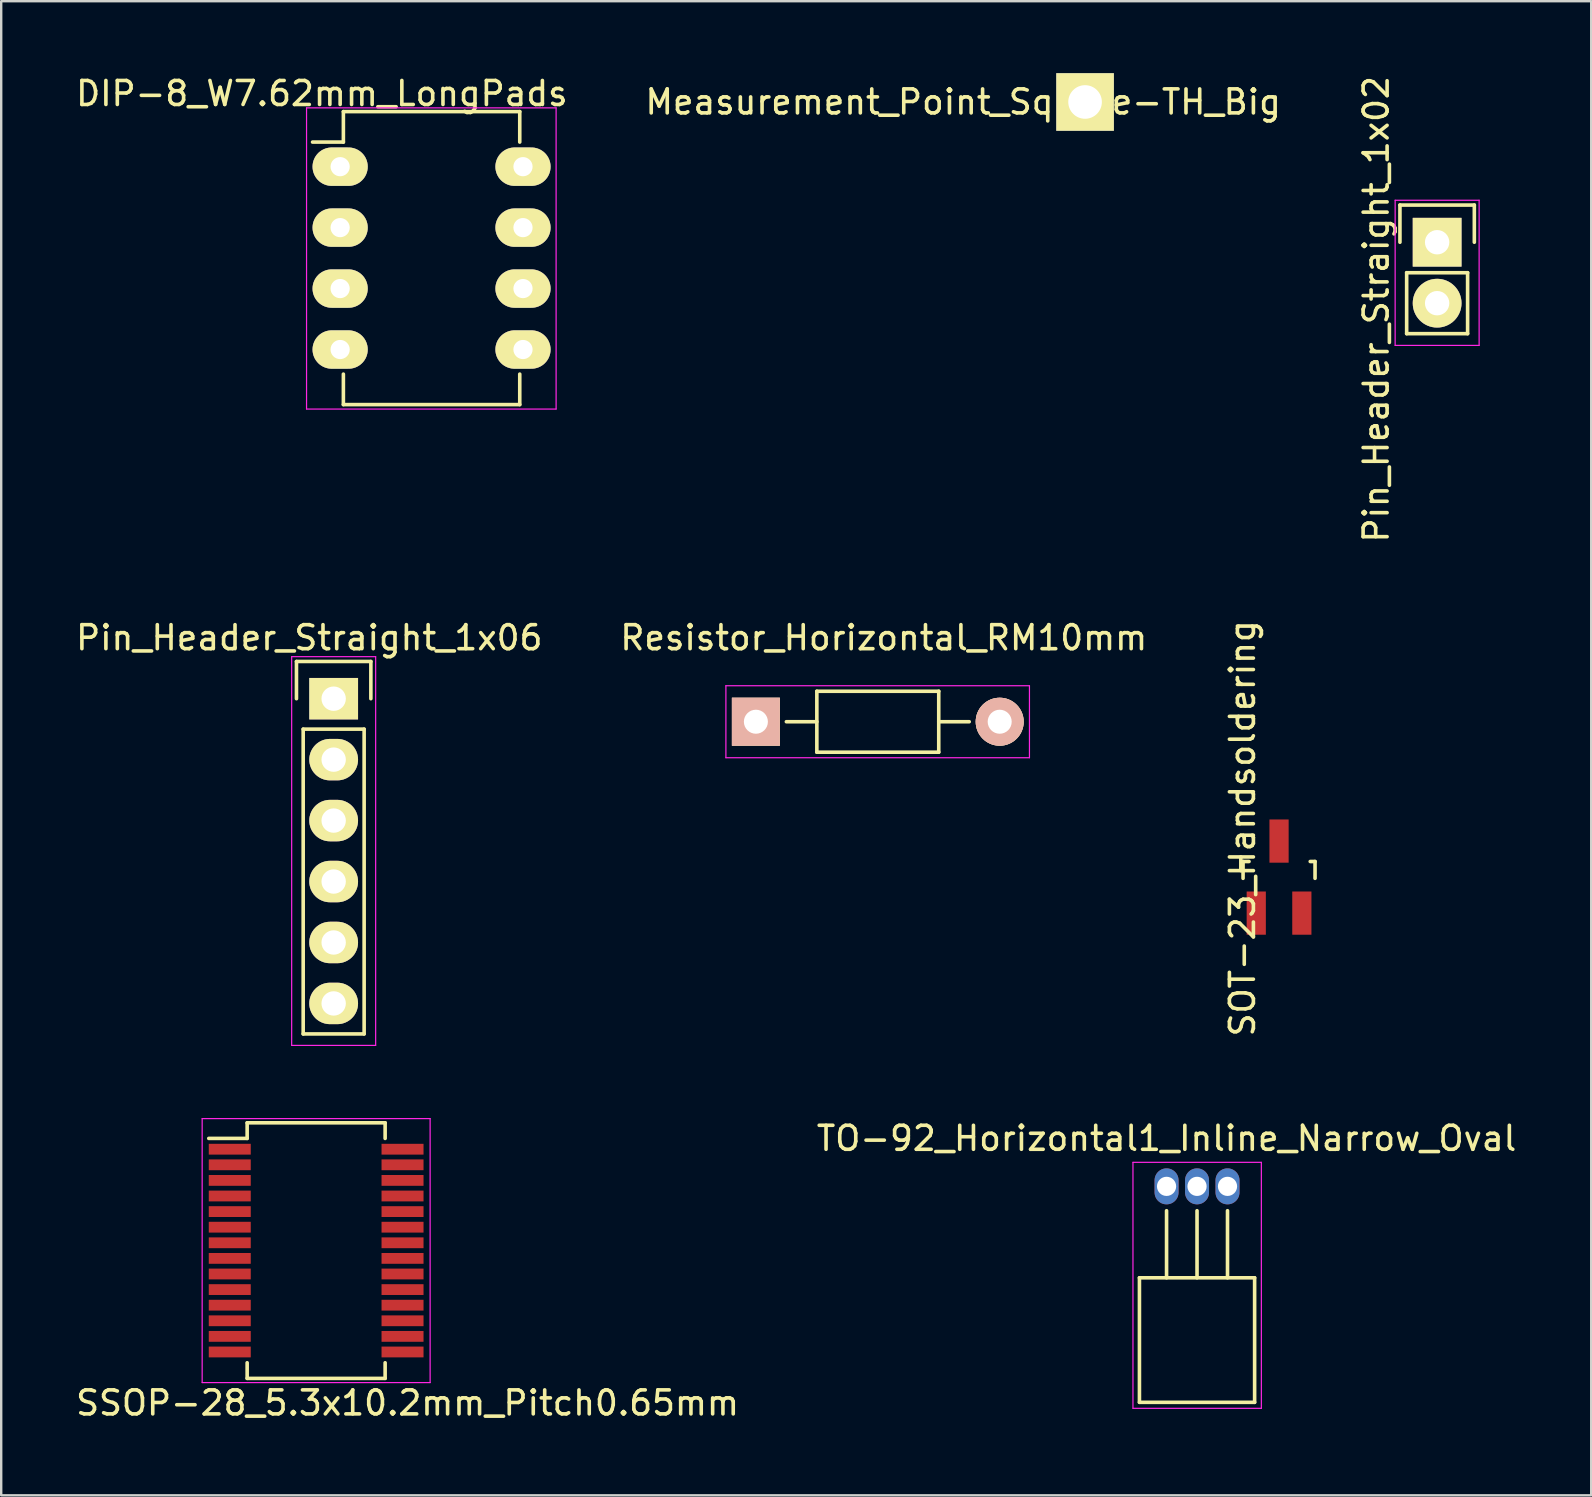
<source format=kicad_pcb>
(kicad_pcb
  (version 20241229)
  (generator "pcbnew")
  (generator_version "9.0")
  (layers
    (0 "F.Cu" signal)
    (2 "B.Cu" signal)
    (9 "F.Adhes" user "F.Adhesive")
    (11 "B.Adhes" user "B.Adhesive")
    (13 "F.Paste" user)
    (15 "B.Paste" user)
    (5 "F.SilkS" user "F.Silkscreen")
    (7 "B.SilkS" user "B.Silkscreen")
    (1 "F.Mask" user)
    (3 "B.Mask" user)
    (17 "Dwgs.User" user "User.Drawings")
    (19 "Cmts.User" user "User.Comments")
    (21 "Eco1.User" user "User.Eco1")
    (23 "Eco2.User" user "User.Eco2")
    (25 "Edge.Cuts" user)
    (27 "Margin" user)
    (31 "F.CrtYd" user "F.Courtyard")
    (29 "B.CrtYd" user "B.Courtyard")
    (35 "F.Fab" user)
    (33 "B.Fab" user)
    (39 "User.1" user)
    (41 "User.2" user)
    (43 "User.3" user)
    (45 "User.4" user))
  (footprint "Pin_Header_Straight_1x02"
    (layer "F.Cu")
    (at 56.841 7.045)
    (property "Reference" "Pin_Header_Straight_1x02" (at -2.54 2.794 90) (layer "F.SilkS") (effects (font (size 1 1) (thickness 0.15))))
    (attr through_hole)
    (fp_line (start -1.55 -1.55) (end 1.55 -1.55) (stroke (width 0.15) (type solid)) (layer "F.SilkS"))
    (fp_line (start -1.55 0) (end -1.55 -1.55) (stroke (width 0.15) (type solid)) (layer "F.SilkS"))
    (fp_line (start -1.27 1.27) (end -1.27 3.81) (stroke (width 0.15) (type solid)) (layer "F.SilkS"))
    (fp_line (start -1.27 3.81) (end 1.27 3.81) (stroke (width 0.15) (type solid)) (layer "F.SilkS"))
    (fp_line (start 1.27 1.27) (end -1.27 1.27) (stroke (width 0.15) (type solid)) (layer "F.SilkS"))
    (fp_line (start 1.27 1.27) (end 1.27 3.81) (stroke (width 0.15) (type solid)) (layer "F.SilkS"))
    (fp_line (start 1.55 -1.55) (end 1.55 0) (stroke (width 0.15) (type solid)) (layer "F.SilkS"))
    (fp_line (start -1.75 -1.75) (end -1.75 4.3) (stroke (width 0.05) (type solid)) (layer "F.CrtYd"))
    (fp_line (start -1.75 -1.75) (end 1.75 -1.75) (stroke (width 0.05) (type solid)) (layer "F.CrtYd"))
    (fp_line (start -1.75 4.3) (end 1.75 4.3) (stroke (width 0.05) (type solid)) (layer "F.CrtYd"))
    (fp_line (start 1.75 -1.75) (end 1.75 4.3) (stroke (width 0.05) (type solid)) (layer "F.CrtYd"))
    (pad "1" thru_hole rect (at 0 0) (size 2.032 2.032) (drill 1.016) (layers "*.Cu" "*.Mask" "F.SilkS"))
    (pad "2" thru_hole oval (at 0 2.54) (size 2.032 2.032) (drill 1.016) (layers "*.Cu" "*.Mask" "F.SilkS")))
  (footprint "DIP-8_W7.62mm_LongPads"
    (layer "F.Cu")
    (at 11.125 3.896)
    (property "Reference" "DIP-8_W7.62mm_LongPads" (at -0.762 -3.048 0) (layer "F.SilkS") (effects (font (size 1 1) (thickness 0.15))))
    (attr through_hole)
    (fp_line (start 0.135 -2.295) (end 0.135 -1.025) (stroke (width 0.15) (type solid)) (layer "F.SilkS"))
    (fp_line (start 0.135 -2.295) (end 7.485 -2.295) (stroke (width 0.15) (type solid)) (layer "F.SilkS"))
    (fp_line (start 0.135 -1.025) (end -1.15 -1.025) (stroke (width 0.15) (type solid)) (layer "F.SilkS"))
    (fp_line (start 0.135 9.915) (end 0.135 8.645) (stroke (width 0.15) (type solid)) (layer "F.SilkS"))
    (fp_line (start 0.135 9.915) (end 7.485 9.915) (stroke (width 0.15) (type solid)) (layer "F.SilkS"))
    (fp_line (start 7.485 -2.295) (end 7.485 -1.025) (stroke (width 0.15) (type solid)) (layer "F.SilkS"))
    (fp_line (start 7.485 9.915) (end 7.485 8.645) (stroke (width 0.15) (type solid)) (layer "F.SilkS"))
    (fp_line (start -1.4 -2.45) (end -1.4 10.1) (stroke (width 0.05) (type solid)) (layer "F.CrtYd"))
    (fp_line (start -1.4 -2.45) (end 9 -2.45) (stroke (width 0.05) (type solid)) (layer "F.CrtYd"))
    (fp_line (start -1.4 10.1) (end 9 10.1) (stroke (width 0.05) (type solid)) (layer "F.CrtYd"))
    (fp_line (start 9 -2.45) (end 9 10.1) (stroke (width 0.05) (type solid)) (layer "F.CrtYd"))
    (pad "1" thru_hole oval (at 0 0) (size 2.3 1.6) (drill 0.8) (layers "*.Cu" "*.Mask" "F.SilkS"))
    (pad "2" thru_hole oval (at 0 2.54) (size 2.3 1.6) (drill 0.8) (layers "*.Cu" "*.Mask" "F.SilkS"))
    (pad "3" thru_hole oval (at 0 5.08) (size 2.3 1.6) (drill 0.8) (layers "*.Cu" "*.Mask" "F.SilkS"))
    (pad "4" thru_hole oval (at 0 7.62) (size 2.3 1.6) (drill 0.8) (layers "*.Cu" "*.Mask" "F.SilkS"))
    (pad "5" thru_hole oval (at 7.62 7.62) (size 2.3 1.6) (drill 0.8) (layers "*.Cu" "*.Mask" "F.SilkS"))
    (pad "6" thru_hole oval (at 7.62 5.08) (size 2.3 1.6) (drill 0.8) (layers "*.Cu" "*.Mask" "F.SilkS"))
    (pad "7" thru_hole oval (at 7.62 2.54) (size 2.3 1.6) (drill 0.8) (layers "*.Cu" "*.Mask" "F.SilkS"))
    (pad "8" thru_hole oval (at 7.62 0) (size 2.3 1.6) (drill 0.8) (layers "*.Cu" "*.Mask" "F.SilkS")))
  (footprint "Measurement_Point_Square-TH_Big"
    (layer "F.Cu")
    (at 42.169 1.2)
    (property "Reference" "Measurement_Point_Square-TH_Big" (at -5.08 0 0) (layer "F.SilkS") (effects (font (size 1 1) (thickness 0.15))))
    (attr through_hole)
    (pad "1" thru_hole rect (at 0 0) (size 2.4 2.4) (drill 1.4) (layers "*.Cu" "*.Mask" "F.SilkS")))
  (footprint "Resistor_Horizontal_RM10mm"
    (layer "F.Cu")
    (at 28.451 27.027)
    (property "Reference" "Resistor_Horizontal_RM10mm" (at 5.329 -3.5 0) (layer "F.SilkS") (effects (font (size 1 1) (thickness 0.15))))
    (attr through_hole)
    (fp_line (start 2.54 -1.27) (end 7.62 -1.27) (stroke (width 0.15) (type solid)) (layer "F.SilkS"))
    (fp_line (start 2.54 0) (end 1.27 0) (stroke (width 0.15) (type solid)) (layer "F.SilkS"))
    (fp_line (start 2.54 1.27) (end 2.54 -1.27) (stroke (width 0.15) (type solid)) (layer "F.SilkS"))
    (fp_line (start 7.62 -1.27) (end 7.62 1.27) (stroke (width 0.15) (type solid)) (layer "F.SilkS"))
    (fp_line (start 7.62 0) (end 8.89 0) (stroke (width 0.15) (type solid)) (layer "F.SilkS"))
    (fp_line (start 7.62 1.27) (end 2.54 1.27) (stroke (width 0.15) (type solid)) (layer "F.SilkS"))
    (fp_line (start -1.25 -1.5) (end 11.4 -1.5) (stroke (width 0.05) (type solid)) (layer "F.CrtYd"))
    (fp_line (start -1.25 1.5) (end -1.25 -1.5) (stroke (width 0.05) (type solid)) (layer "F.CrtYd"))
    (fp_line (start -1.25 1.5) (end 11.4 1.5) (stroke (width 0.05) (type solid)) (layer "F.CrtYd"))
    (fp_line (start 11.4 -1.5) (end 11.4 1.5) (stroke (width 0.05) (type solid)) (layer "F.CrtYd"))
    (pad "1" thru_hole rect (at 0 0) (size 1.999 1.999) (drill 1.001) (layers "*.Cu" "*.SilkS" "*.Mask"))
    (pad "2" thru_hole circle (at 10.16 0) (size 1.999 1.999) (drill 1.001) (layers "*.Cu" "*.SilkS" "*.Mask")))
  (footprint "SSOP-28_5.3x10.2mm_Pitch0.65mm"
    (layer "F.Cu")
    (at 10.125 49.067)
    (property "Reference" "SSOP-28_5.3x10.2mm_Pitch0.65mm" (at 3.81 6.35 180) (layer "F.SilkS") (effects (font (size 1 1) (thickness 0.15))))
    (attr smd)
    (fp_line (start -2.875 -5.325) (end -2.875 -4.675) (stroke (width 0.15) (type solid)) (layer "F.SilkS"))
    (fp_line (start -2.875 -5.325) (end 2.875 -5.325) (stroke (width 0.15) (type solid)) (layer "F.SilkS"))
    (fp_line (start -2.875 -4.675) (end -4.475 -4.675) (stroke (width 0.15) (type solid)) (layer "F.SilkS"))
    (fp_line (start -2.875 5.325) (end -2.875 4.675) (stroke (width 0.15) (type solid)) (layer "F.SilkS"))
    (fp_line (start -2.875 5.325) (end 2.875 5.325) (stroke (width 0.15) (type solid)) (layer "F.SilkS"))
    (fp_line (start 2.875 -5.325) (end 2.875 -4.675) (stroke (width 0.15) (type solid)) (layer "F.SilkS"))
    (fp_line (start 2.875 5.325) (end 2.875 4.675) (stroke (width 0.15) (type solid)) (layer "F.SilkS"))
    (fp_line (start -4.75 -5.5) (end -4.75 5.5) (stroke (width 0.05) (type solid)) (layer "F.CrtYd"))
    (fp_line (start -4.75 -5.5) (end 4.75 -5.5) (stroke (width 0.05) (type solid)) (layer "F.CrtYd"))
    (fp_line (start -4.75 5.5) (end 4.75 5.5) (stroke (width 0.05) (type solid)) (layer "F.CrtYd"))
    (fp_line (start 4.75 -5.5) (end 4.75 5.5) (stroke (width 0.05) (type solid)) (layer "F.CrtYd"))
    (pad "1" smd rect (at -3.6 -4.225) (size 1.75 0.45) (layers "F.Cu" "F.Mask" "F.Paste"))
    (pad "2" smd rect (at -3.6 -3.575) (size 1.75 0.45) (layers "F.Cu" "F.Mask" "F.Paste"))
    (pad "3" smd rect (at -3.6 -2.925) (size 1.75 0.45) (layers "F.Cu" "F.Mask" "F.Paste"))
    (pad "4" smd rect (at -3.6 -2.275) (size 1.75 0.45) (layers "F.Cu" "F.Mask" "F.Paste"))
    (pad "5" smd rect (at -3.6 -1.625) (size 1.75 0.45) (layers "F.Cu" "F.Mask" "F.Paste"))
    (pad "6" smd rect (at -3.6 -0.975) (size 1.75 0.45) (layers "F.Cu" "F.Mask" "F.Paste"))
    (pad "7" smd rect (at -3.6 -0.325) (size 1.75 0.45) (layers "F.Cu" "F.Mask" "F.Paste"))
    (pad "8" smd rect (at -3.6 0.325) (size 1.75 0.45) (layers "F.Cu" "F.Mask" "F.Paste"))
    (pad "9" smd rect (at -3.6 0.975) (size 1.75 0.45) (layers "F.Cu" "F.Mask" "F.Paste"))
    (pad "10" smd rect (at -3.6 1.625) (size 1.75 0.45) (layers "F.Cu" "F.Mask" "F.Paste"))
    (pad "11" smd rect (at -3.6 2.275) (size 1.75 0.45) (layers "F.Cu" "F.Mask" "F.Paste"))
    (pad "12" smd rect (at -3.6 2.925) (size 1.75 0.45) (layers "F.Cu" "F.Mask" "F.Paste"))
    (pad "13" smd rect (at -3.6 3.575) (size 1.75 0.45) (layers "F.Cu" "F.Mask" "F.Paste"))
    (pad "14" smd rect (at -3.6 4.225) (size 1.75 0.45) (layers "F.Cu" "F.Mask" "F.Paste"))
    (pad "15" smd rect (at 3.6 4.225) (size 1.75 0.45) (layers "F.Cu" "F.Mask" "F.Paste"))
    (pad "16" smd rect (at 3.6 3.575) (size 1.75 0.45) (layers "F.Cu" "F.Mask" "F.Paste"))
    (pad "17" smd rect (at 3.6 2.925) (size 1.75 0.45) (layers "F.Cu" "F.Mask" "F.Paste"))
    (pad "18" smd rect (at 3.6 2.275) (size 1.75 0.45) (layers "F.Cu" "F.Mask" "F.Paste"))
    (pad "19" smd rect (at 3.6 1.625) (size 1.75 0.45) (layers "F.Cu" "F.Mask" "F.Paste"))
    (pad "20" smd rect (at 3.6 0.975) (size 1.75 0.45) (layers "F.Cu" "F.Mask" "F.Paste"))
    (pad "21" smd rect (at 3.6 0.325) (size 1.75 0.45) (layers "F.Cu" "F.Mask" "F.Paste"))
    (pad "22" smd rect (at 3.6 -0.325) (size 1.75 0.45) (layers "F.Cu" "F.Mask" "F.Paste"))
    (pad "23" smd rect (at 3.6 -0.975) (size 1.75 0.45) (layers "F.Cu" "F.Mask" "F.Paste"))
    (pad "24" smd rect (at 3.6 -1.625) (size 1.75 0.45) (layers "F.Cu" "F.Mask" "F.Paste"))
    (pad "25" smd rect (at 3.6 -2.275) (size 1.75 0.45) (layers "F.Cu" "F.Mask" "F.Paste"))
    (pad "26" smd rect (at 3.6 -2.925) (size 1.75 0.45) (layers "F.Cu" "F.Mask" "F.Paste"))
    (pad "27" smd rect (at 3.6 -3.575) (size 1.75 0.45) (layers "F.Cu" "F.Mask" "F.Paste"))
    (pad "28" smd rect (at 3.6 -4.225) (size 1.75 0.45) (layers "F.Cu" "F.Mask" "F.Paste")))
  (footprint "Pin_Header_Straight_1x06"
    (layer "F.Cu")
    (at 10.855 26.067)
    (property "Reference" "Pin_Header_Straight_1x06" (at -1.016 -2.54 0) (layer "F.SilkS") (effects (font (size 1 1) (thickness 0.15))))
    (attr through_hole)
    (fp_line (start -1.55 -1.55) (end 1.55 -1.55) (stroke (width 0.15) (type solid)) (layer "F.SilkS"))
    (fp_line (start -1.55 0) (end -1.55 -1.55) (stroke (width 0.15) (type solid)) (layer "F.SilkS"))
    (fp_line (start -1.27 13.97) (end -1.27 1.27) (stroke (width 0.15) (type solid)) (layer "F.SilkS"))
    (fp_line (start 1.27 1.27) (end -1.27 1.27) (stroke (width 0.15) (type solid)) (layer "F.SilkS"))
    (fp_line (start 1.27 1.27) (end 1.27 13.97) (stroke (width 0.15) (type solid)) (layer "F.SilkS"))
    (fp_line (start 1.27 13.97) (end -1.27 13.97) (stroke (width 0.15) (type solid)) (layer "F.SilkS"))
    (fp_line (start 1.55 -1.55) (end 1.55 0) (stroke (width 0.15) (type solid)) (layer "F.SilkS"))
    (fp_line (start -1.75 -1.75) (end -1.75 14.45) (stroke (width 0.05) (type solid)) (layer "F.CrtYd"))
    (fp_line (start -1.75 -1.75) (end 1.75 -1.75) (stroke (width 0.05) (type solid)) (layer "F.CrtYd"))
    (fp_line (start -1.75 14.45) (end 1.75 14.45) (stroke (width 0.05) (type solid)) (layer "F.CrtYd"))
    (fp_line (start 1.75 -1.75) (end 1.75 14.45) (stroke (width 0.05) (type solid)) (layer "F.CrtYd"))
    (pad "1" thru_hole rect (at 0 0) (size 2.032 1.727) (drill 1.016) (layers "*.Cu" "*.Mask" "F.SilkS"))
    (pad "2" thru_hole oval (at 0 2.54) (size 2.032 1.727) (drill 1.016) (layers "*.Cu" "*.Mask" "F.SilkS"))
    (pad "3" thru_hole oval (at 0 5.08) (size 2.032 1.727) (drill 1.016) (layers "*.Cu" "*.Mask" "F.SilkS"))
    (pad "4" thru_hole oval (at 0 7.62) (size 2.032 1.727) (drill 1.016) (layers "*.Cu" "*.Mask" "F.SilkS"))
    (pad "5" thru_hole oval (at 0 10.16) (size 2.032 1.727) (drill 1.016) (layers "*.Cu" "*.Mask" "F.SilkS"))
    (pad "6" thru_hole oval (at 0 12.7) (size 2.032 1.727) (drill 1.016) (layers "*.Cu" "*.Mask" "F.SilkS")))
  (footprint "TO-92_Horizontal1_Inline_Narrow_Oval"
    (layer "F.Cu")
    (at 45.565 46.39)
    (property "Reference" "TO-92_Horizontal1_Inline_Narrow_Oval" (at 0 -2 180) (layer "F.SilkS") (effects (font (size 1 1) (thickness 0.15))))
    (attr through_hole)
    (fp_line (start -1.13 3.81) (end 3.67 3.81) (stroke (width 0.15) (type solid)) (layer "F.SilkS"))
    (fp_line (start -1.13 9) (end -1.13 3.81) (stroke (width 0.15) (type solid)) (layer "F.SilkS"))
    (fp_line (start 0 1.016) (end 0 3.81) (stroke (width 0.15) (type solid)) (layer "F.SilkS"))
    (fp_line (start 1.27 1.016) (end 1.27 3.81) (stroke (width 0.15) (type solid)) (layer "F.SilkS"))
    (fp_line (start 2.54 1.016) (end 2.54 3.81) (stroke (width 0.15) (type solid)) (layer "F.SilkS"))
    (fp_line (start 3.67 3.81) (end 3.67 9) (stroke (width 0.15) (type solid)) (layer "F.SilkS"))
    (fp_line (start 3.67 9) (end -1.13 9) (stroke (width 0.15) (type solid)) (layer "F.SilkS"))
    (fp_line (start -1.4 -1) (end 3.95 -1) (stroke (width 0.05) (type solid)) (layer "F.CrtYd"))
    (fp_line (start -1.4 9.25) (end -1.4 -1) (stroke (width 0.05) (type solid)) (layer "F.CrtYd"))
    (fp_line (start -1.4 9.25) (end 3.95 9.25) (stroke (width 0.05) (type solid)) (layer "F.CrtYd"))
    (fp_line (start 3.95 9.25) (end 3.95 -1) (stroke (width 0.05) (type solid)) (layer "F.CrtYd"))
    (pad "1" thru_hole oval (at 0 0 180) (size 1 1.5) (drill 0.8) (layers "*.Cu" "*.Mask"))
    (pad "2" thru_hole oval (at 1.27 0 180) (size 1 1.5) (drill 0.8) (layers "*.Cu" "*.Mask"))
    (pad "3" thru_hole oval (at 2.54 0 180) (size 1 1.5) (drill 0.8) (layers "*.Cu" "*.Mask")))
  (footprint "SOT-23_Handsoldering"
    (layer "F.Cu")
    (at 50.253 33.502)
    (property "Reference" "SOT-23_Handsoldering" (at -1.524 -2.032 90) (layer "F.SilkS") (effects (font (size 1 1) (thickness 0.15))))
    (attr smd)
    (fp_line (start -1.5 -0.65) (end -1.251 -0.65) (stroke (width 0.15) (type solid)) (layer "F.SilkS"))
    (fp_line (start -1.5 0.051) (end -1.5 -0.65) (stroke (width 0.15) (type solid)) (layer "F.SilkS"))
    (fp_line (start 1.299 -0.65) (end 1.5 -0.65) (stroke (width 0.15) (type solid)) (layer "F.SilkS"))
    (fp_line (start 1.5 -0.65) (end 1.5 0.051) (stroke (width 0.15) (type solid)) (layer "F.SilkS"))
    (pad "1" smd rect (at -0.95 1.501) (size 0.8 1.801) (layers "F.Cu" "F.Mask" "F.Paste"))
    (pad "2" smd rect (at 0.95 1.501) (size 0.8 1.801) (layers "F.Cu" "F.Mask" "F.Paste"))
    (pad "3" smd rect (at 0 -1.501) (size 0.8 1.801) (layers "F.Cu" "F.Mask" "F.Paste")))
  (gr_rect
    (start -3 -3)
    (end 63.262 59.265)
    (stroke (width 0.1) (type default))
    (fill no)
    (layer "Edge.Cuts")))
</source>
